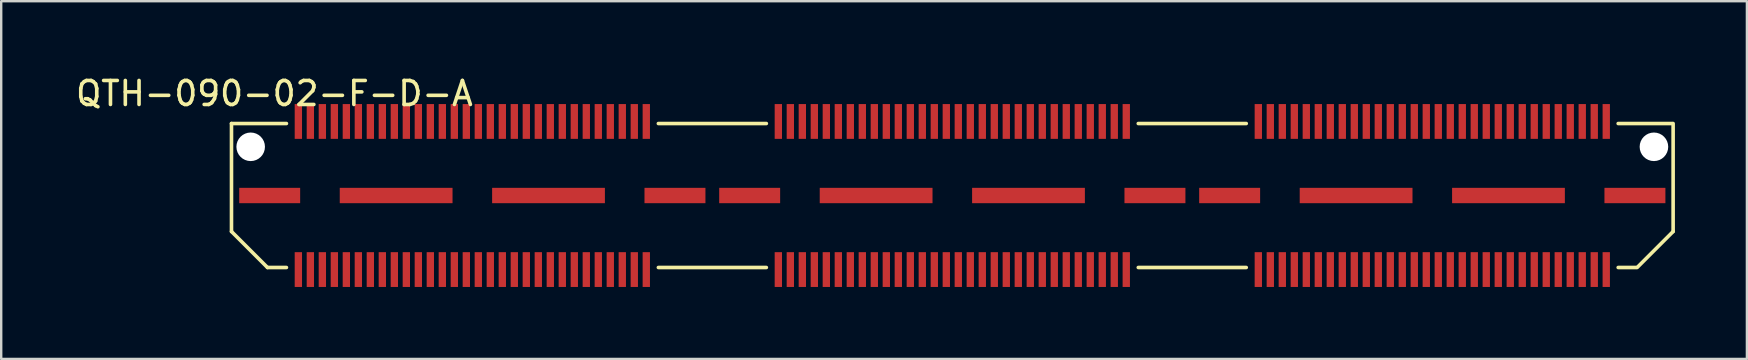
<source format=kicad_pcb>
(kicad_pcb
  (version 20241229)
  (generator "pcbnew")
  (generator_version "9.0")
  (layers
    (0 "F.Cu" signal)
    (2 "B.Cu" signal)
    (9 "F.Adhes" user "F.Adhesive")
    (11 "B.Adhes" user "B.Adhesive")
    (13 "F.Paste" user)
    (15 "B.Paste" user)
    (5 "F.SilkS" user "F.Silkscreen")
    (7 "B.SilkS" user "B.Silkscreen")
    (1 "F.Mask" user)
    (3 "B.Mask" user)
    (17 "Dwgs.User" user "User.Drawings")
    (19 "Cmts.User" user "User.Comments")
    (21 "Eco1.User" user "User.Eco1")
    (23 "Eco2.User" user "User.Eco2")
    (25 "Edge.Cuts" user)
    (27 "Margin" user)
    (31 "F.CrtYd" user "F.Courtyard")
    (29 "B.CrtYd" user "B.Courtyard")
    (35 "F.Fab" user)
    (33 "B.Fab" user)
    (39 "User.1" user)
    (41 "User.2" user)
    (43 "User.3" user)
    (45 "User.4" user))
  (footprint "QTH-090-02-F-D-A"
    (layer "F.Cu")
    (at 36.637 5.098)
    (property "Reference" "QTH-090-02-F-D-A" (at -28.25 -4.25 0) (layer "F.SilkS") (effects (font (size 1 1) (thickness 0.15))))
    (attr through_hole)
    (fp_line (start -30.04 -3) (end -30.04 1.5) (stroke (width 0.15) (type solid)) (layer "F.SilkS"))
    (fp_line (start -30.04 -3) (end -27.75 -3) (stroke (width 0.15) (type solid)) (layer "F.SilkS"))
    (fp_line (start -30.04 1.5) (end -28.54 3) (stroke (width 0.15) (type solid)) (layer "F.SilkS"))
    (fp_line (start -28.54 3) (end -27.75 3) (stroke (width 0.15) (type solid)) (layer "F.SilkS"))
    (fp_line (start -12.25 3) (end -7.75 3) (stroke (width 0.15) (type solid)) (layer "F.SilkS"))
    (fp_line (start -7.75 -3) (end -12.25 -3) (stroke (width 0.15) (type solid)) (layer "F.SilkS"))
    (fp_line (start 7.75 3) (end 12.25 3) (stroke (width 0.15) (type solid)) (layer "F.SilkS"))
    (fp_line (start 12.25 -3) (end 7.75 -3) (stroke (width 0.15) (type solid)) (layer "F.SilkS"))
    (fp_line (start 28.5 3) (end 27.75 3) (stroke (width 0.15) (type solid)) (layer "F.SilkS"))
    (fp_line (start 30 -3) (end 27.75 -3) (stroke (width 0.15) (type solid)) (layer "F.SilkS"))
    (fp_line (start 30.04 -3) (end 30.04 1.5) (stroke (width 0.15) (type solid)) (layer "F.SilkS"))
    (fp_line (start 30.04 1.5) (end 28.54 3) (stroke (width 0.15) (type solid)) (layer "F.SilkS"))
    (pad "" np_thru_hole circle (at -29.24 -2.03) (size 1.19 1.19) (drill 1.19) (layers "*.Cu" "*.Mask"))
    (pad "" np_thru_hole circle (at 29.24 -2.03) (size 1.19 1.19) (drill 1.19) (layers "*.Cu" "*.Mask"))
    (pad "1" smd rect (at -27.253 -3.086) (size 0.305 1.45) (layers "F.Cu" "F.Mask" "F.Paste"))
    (pad "2" smd rect (at -27.253 3.086) (size 0.305 1.45) (layers "F.Cu" "F.Mask" "F.Paste"))
    (pad "3" smd rect (at -26.753 -3.086) (size 0.305 1.45) (layers "F.Cu" "F.Mask" "F.Paste"))
    (pad "4" smd rect (at -26.753 3.086) (size 0.305 1.45) (layers "F.Cu" "F.Mask" "F.Paste"))
    (pad "5" smd rect (at -26.253 -3.086) (size 0.305 1.45) (layers "F.Cu" "F.Mask" "F.Paste"))
    (pad "6" smd rect (at -26.253 3.086) (size 0.305 1.45) (layers "F.Cu" "F.Mask" "F.Paste"))
    (pad "7" smd rect (at -25.753 -3.086) (size 0.305 1.45) (layers "F.Cu" "F.Mask" "F.Paste"))
    (pad "8" smd rect (at -25.753 3.086) (size 0.305 1.45) (layers "F.Cu" "F.Mask" "F.Paste"))
    (pad "9" smd rect (at -25.253 -3.086) (size 0.305 1.45) (layers "F.Cu" "F.Mask" "F.Paste"))
    (pad "10" smd rect (at -25.253 3.086) (size 0.305 1.45) (layers "F.Cu" "F.Mask" "F.Paste"))
    (pad "11" smd rect (at -24.753 -3.086) (size 0.305 1.45) (layers "F.Cu" "F.Mask" "F.Paste"))
    (pad "12" smd rect (at -24.753 3.086) (size 0.305 1.45) (layers "F.Cu" "F.Mask" "F.Paste"))
    (pad "13" smd rect (at -24.253 -3.086) (size 0.305 1.45) (layers "F.Cu" "F.Mask" "F.Paste"))
    (pad "14" smd rect (at -24.253 3.086) (size 0.305 1.45) (layers "F.Cu" "F.Mask" "F.Paste"))
    (pad "15" smd rect (at -23.753 -3.086) (size 0.305 1.45) (layers "F.Cu" "F.Mask" "F.Paste"))
    (pad "16" smd rect (at -23.753 3.086) (size 0.305 1.45) (layers "F.Cu" "F.Mask" "F.Paste"))
    (pad "17" smd rect (at -23.253 -3.086) (size 0.305 1.45) (layers "F.Cu" "F.Mask" "F.Paste"))
    (pad "18" smd rect (at -23.253 3.086) (size 0.305 1.45) (layers "F.Cu" "F.Mask" "F.Paste"))
    (pad "19" smd rect (at -22.753 -3.086) (size 0.305 1.45) (layers "F.Cu" "F.Mask" "F.Paste"))
    (pad "20" smd rect (at -22.753 3.086) (size 0.305 1.45) (layers "F.Cu" "F.Mask" "F.Paste"))
    (pad "21" smd rect (at -22.253 -3.086) (size 0.305 1.45) (layers "F.Cu" "F.Mask" "F.Paste"))
    (pad "22" smd rect (at -22.253 3.086) (size 0.305 1.45) (layers "F.Cu" "F.Mask" "F.Paste"))
    (pad "23" smd rect (at -21.753 -3.086) (size 0.305 1.45) (layers "F.Cu" "F.Mask" "F.Paste"))
    (pad "24" smd rect (at -21.753 3.086) (size 0.305 1.45) (layers "F.Cu" "F.Mask" "F.Paste"))
    (pad "25" smd rect (at -21.253 -3.086) (size 0.305 1.45) (layers "F.Cu" "F.Mask" "F.Paste"))
    (pad "26" smd rect (at -21.253 3.086) (size 0.305 1.45) (layers "F.Cu" "F.Mask" "F.Paste"))
    (pad "27" smd rect (at -20.753 -3.086) (size 0.305 1.45) (layers "F.Cu" "F.Mask" "F.Paste"))
    (pad "28" smd rect (at -20.753 3.086) (size 0.305 1.45) (layers "F.Cu" "F.Mask" "F.Paste"))
    (pad "29" smd rect (at -20.253 -3.086) (size 0.305 1.45) (layers "F.Cu" "F.Mask" "F.Paste"))
    (pad "30" smd rect (at -20.253 3.086) (size 0.305 1.45) (layers "F.Cu" "F.Mask" "F.Paste"))
    (pad "31" smd rect (at -19.753 -3.086) (size 0.305 1.45) (layers "F.Cu" "F.Mask" "F.Paste"))
    (pad "32" smd rect (at -19.753 3.086) (size 0.305 1.45) (layers "F.Cu" "F.Mask" "F.Paste"))
    (pad "33" smd rect (at -19.253 -3.086) (size 0.305 1.45) (layers "F.Cu" "F.Mask" "F.Paste"))
    (pad "34" smd rect (at -19.253 3.086) (size 0.305 1.45) (layers "F.Cu" "F.Mask" "F.Paste"))
    (pad "35" smd rect (at -18.753 -3.086) (size 0.305 1.45) (layers "F.Cu" "F.Mask" "F.Paste"))
    (pad "36" smd rect (at -18.753 3.086) (size 0.305 1.45) (layers "F.Cu" "F.Mask" "F.Paste"))
    (pad "37" smd rect (at -18.253 -3.086) (size 0.305 1.45) (layers "F.Cu" "F.Mask" "F.Paste"))
    (pad "38" smd rect (at -18.253 3.086) (size 0.305 1.45) (layers "F.Cu" "F.Mask" "F.Paste"))
    (pad "39" smd rect (at -17.753 -3.086) (size 0.305 1.45) (layers "F.Cu" "F.Mask" "F.Paste"))
    (pad "40" smd rect (at -17.753 3.086) (size 0.305 1.45) (layers "F.Cu" "F.Mask" "F.Paste"))
    (pad "41" smd rect (at -17.253 -3.086) (size 0.305 1.45) (layers "F.Cu" "F.Mask" "F.Paste"))
    (pad "42" smd rect (at -17.253 3.086) (size 0.305 1.45) (layers "F.Cu" "F.Mask" "F.Paste"))
    (pad "43" smd rect (at -16.753 -3.086) (size 0.305 1.45) (layers "F.Cu" "F.Mask" "F.Paste"))
    (pad "44" smd rect (at -16.753 3.086) (size 0.305 1.45) (layers "F.Cu" "F.Mask" "F.Paste"))
    (pad "45" smd rect (at -16.253 -3.086) (size 0.305 1.45) (layers "F.Cu" "F.Mask" "F.Paste"))
    (pad "46" smd rect (at -16.253 3.086) (size 0.305 1.45) (layers "F.Cu" "F.Mask" "F.Paste"))
    (pad "47" smd rect (at -15.753 -3.086) (size 0.305 1.45) (layers "F.Cu" "F.Mask" "F.Paste"))
    (pad "48" smd rect (at -15.753 3.086) (size 0.305 1.45) (layers "F.Cu" "F.Mask" "F.Paste"))
    (pad "49" smd rect (at -15.253 -3.086) (size 0.305 1.45) (layers "F.Cu" "F.Mask" "F.Paste"))
    (pad "50" smd rect (at -15.253 3.086) (size 0.305 1.45) (layers "F.Cu" "F.Mask" "F.Paste"))
    (pad "51" smd rect (at -14.753 -3.086) (size 0.305 1.45) (layers "F.Cu" "F.Mask" "F.Paste"))
    (pad "52" smd rect (at -14.753 3.086) (size 0.305 1.45) (layers "F.Cu" "F.Mask" "F.Paste"))
    (pad "53" smd rect (at -14.253 -3.086) (size 0.305 1.45) (layers "F.Cu" "F.Mask" "F.Paste"))
    (pad "54" smd rect (at -14.253 3.086) (size 0.305 1.45) (layers "F.Cu" "F.Mask" "F.Paste"))
    (pad "55" smd rect (at -13.753 -3.086) (size 0.305 1.45) (layers "F.Cu" "F.Mask" "F.Paste"))
    (pad "56" smd rect (at -13.753 3.086) (size 0.305 1.45) (layers "F.Cu" "F.Mask" "F.Paste"))
    (pad "57" smd rect (at -13.253 -3.086) (size 0.305 1.45) (layers "F.Cu" "F.Mask" "F.Paste"))
    (pad "58" smd rect (at -13.253 3.086) (size 0.305 1.45) (layers "F.Cu" "F.Mask" "F.Paste"))
    (pad "59" smd rect (at -12.753 -3.086) (size 0.305 1.45) (layers "F.Cu" "F.Mask" "F.Paste"))
    (pad "60" smd rect (at -12.753 3.086) (size 0.305 1.45) (layers "F.Cu" "F.Mask" "F.Paste"))
    (pad "61" smd rect (at -7.25 -3.086) (size 0.305 1.45) (layers "F.Cu" "F.Mask" "F.Paste"))
    (pad "62" smd rect (at -7.25 3.086) (size 0.305 1.45) (layers "F.Cu" "F.Mask" "F.Paste"))
    (pad "63" smd rect (at -6.75 -3.086) (size 0.305 1.45) (layers "F.Cu" "F.Mask" "F.Paste"))
    (pad "64" smd rect (at -6.75 3.086) (size 0.305 1.45) (layers "F.Cu" "F.Mask" "F.Paste"))
    (pad "65" smd rect (at -6.25 -3.086) (size 0.305 1.45) (layers "F.Cu" "F.Mask" "F.Paste"))
    (pad "66" smd rect (at -6.25 3.086) (size 0.305 1.45) (layers "F.Cu" "F.Mask" "F.Paste"))
    (pad "67" smd rect (at -5.75 -3.086) (size 0.305 1.45) (layers "F.Cu" "F.Mask" "F.Paste"))
    (pad "68" smd rect (at -5.75 3.086) (size 0.305 1.45) (layers "F.Cu" "F.Mask" "F.Paste"))
    (pad "69" smd rect (at -5.25 -3.086) (size 0.305 1.45) (layers "F.Cu" "F.Mask" "F.Paste"))
    (pad "70" smd rect (at -5.25 3.086) (size 0.305 1.45) (layers "F.Cu" "F.Mask" "F.Paste"))
    (pad "71" smd rect (at -4.75 -3.086) (size 0.305 1.45) (layers "F.Cu" "F.Mask" "F.Paste"))
    (pad "72" smd rect (at -4.75 3.086) (size 0.305 1.45) (layers "F.Cu" "F.Mask" "F.Paste"))
    (pad "73" smd rect (at -4.25 -3.086) (size 0.305 1.45) (layers "F.Cu" "F.Mask" "F.Paste"))
    (pad "74" smd rect (at -4.25 3.086) (size 0.305 1.45) (layers "F.Cu" "F.Mask" "F.Paste"))
    (pad "75" smd rect (at -3.75 -3.086) (size 0.305 1.45) (layers "F.Cu" "F.Mask" "F.Paste"))
    (pad "76" smd rect (at -3.75 3.086) (size 0.305 1.45) (layers "F.Cu" "F.Mask" "F.Paste"))
    (pad "77" smd rect (at -3.25 -3.086) (size 0.305 1.45) (layers "F.Cu" "F.Mask" "F.Paste"))
    (pad "78" smd rect (at -3.25 3.086) (size 0.305 1.45) (layers "F.Cu" "F.Mask" "F.Paste"))
    (pad "79" smd rect (at -2.75 -3.086) (size 0.305 1.45) (layers "F.Cu" "F.Mask" "F.Paste"))
    (pad "80" smd rect (at -2.75 3.086) (size 0.305 1.45) (layers "F.Cu" "F.Mask" "F.Paste"))
    (pad "81" smd rect (at -2.25 -3.086) (size 0.305 1.45) (layers "F.Cu" "F.Mask" "F.Paste"))
    (pad "82" smd rect (at -2.25 3.086) (size 0.305 1.45) (layers "F.Cu" "F.Mask" "F.Paste"))
    (pad "83" smd rect (at -1.75 -3.086) (size 0.305 1.45) (layers "F.Cu" "F.Mask" "F.Paste"))
    (pad "84" smd rect (at -1.75 3.086) (size 0.305 1.45) (layers "F.Cu" "F.Mask" "F.Paste"))
    (pad "85" smd rect (at -1.25 -3.086) (size 0.305 1.45) (layers "F.Cu" "F.Mask" "F.Paste"))
    (pad "86" smd rect (at -1.25 3.086) (size 0.305 1.45) (layers "F.Cu" "F.Mask" "F.Paste"))
    (pad "87" smd rect (at -0.75 -3.086) (size 0.305 1.45) (layers "F.Cu" "F.Mask" "F.Paste"))
    (pad "88" smd rect (at -0.75 3.086) (size 0.305 1.45) (layers "F.Cu" "F.Mask" "F.Paste"))
    (pad "89" smd rect (at -0.25 -3.086) (size 0.305 1.45) (layers "F.Cu" "F.Mask" "F.Paste"))
    (pad "90" smd rect (at -0.25 3.086) (size 0.305 1.45) (layers "F.Cu" "F.Mask" "F.Paste"))
    (pad "91" smd rect (at 0.25 -3.086) (size 0.305 1.45) (layers "F.Cu" "F.Mask" "F.Paste"))
    (pad "92" smd rect (at 0.25 3.086) (size 0.305 1.45) (layers "F.Cu" "F.Mask" "F.Paste"))
    (pad "93" smd rect (at 0.75 -3.086) (size 0.305 1.45) (layers "F.Cu" "F.Mask" "F.Paste"))
    (pad "94" smd rect (at 0.75 3.086) (size 0.305 1.45) (layers "F.Cu" "F.Mask" "F.Paste"))
    (pad "95" smd rect (at 1.25 -3.086) (size 0.305 1.45) (layers "F.Cu" "F.Mask" "F.Paste"))
    (pad "96" smd rect (at 1.25 3.086) (size 0.305 1.45) (layers "F.Cu" "F.Mask" "F.Paste"))
    (pad "97" smd rect (at 1.75 -3.086) (size 0.305 1.45) (layers "F.Cu" "F.Mask" "F.Paste"))
    (pad "98" smd rect (at 1.75 3.086) (size 0.305 1.45) (layers "F.Cu" "F.Mask" "F.Paste"))
    (pad "99" smd rect (at 2.25 -3.086) (size 0.305 1.45) (layers "F.Cu" "F.Mask" "F.Paste"))
    (pad "100" smd rect (at 2.25 3.086) (size 0.305 1.45) (layers "F.Cu" "F.Mask" "F.Paste"))
    (pad "101" smd rect (at 2.75 -3.086) (size 0.305 1.45) (layers "F.Cu" "F.Mask" "F.Paste"))
    (pad "102" smd rect (at 2.75 3.086) (size 0.305 1.45) (layers "F.Cu" "F.Mask" "F.Paste"))
    (pad "103" smd rect (at 3.25 -3.086) (size 0.305 1.45) (layers "F.Cu" "F.Mask" "F.Paste"))
    (pad "104" smd rect (at 3.25 3.086) (size 0.305 1.45) (layers "F.Cu" "F.Mask" "F.Paste"))
    (pad "105" smd rect (at 3.75 -3.086) (size 0.305 1.45) (layers "F.Cu" "F.Mask" "F.Paste"))
    (pad "106" smd rect (at 3.75 3.086) (size 0.305 1.45) (layers "F.Cu" "F.Mask" "F.Paste"))
    (pad "107" smd rect (at 4.25 -3.086) (size 0.305 1.45) (layers "F.Cu" "F.Mask" "F.Paste"))
    (pad "108" smd rect (at 4.25 3.086) (size 0.305 1.45) (layers "F.Cu" "F.Mask" "F.Paste"))
    (pad "109" smd rect (at 4.75 -3.086) (size 0.305 1.45) (layers "F.Cu" "F.Mask" "F.Paste"))
    (pad "110" smd rect (at 4.75 3.086) (size 0.305 1.45) (layers "F.Cu" "F.Mask" "F.Paste"))
    (pad "111" smd rect (at 5.25 -3.086) (size 0.305 1.45) (layers "F.Cu" "F.Mask" "F.Paste"))
    (pad "112" smd rect (at 5.25 3.086) (size 0.305 1.45) (layers "F.Cu" "F.Mask" "F.Paste"))
    (pad "113" smd rect (at 5.75 -3.086) (size 0.305 1.45) (layers "F.Cu" "F.Mask" "F.Paste"))
    (pad "114" smd rect (at 5.75 3.086) (size 0.305 1.45) (layers "F.Cu" "F.Mask" "F.Paste"))
    (pad "115" smd rect (at 6.25 -3.086) (size 0.305 1.45) (layers "F.Cu" "F.Mask" "F.Paste"))
    (pad "116" smd rect (at 6.25 3.086) (size 0.305 1.45) (layers "F.Cu" "F.Mask" "F.Paste"))
    (pad "117" smd rect (at 6.75 -3.086) (size 0.305 1.45) (layers "F.Cu" "F.Mask" "F.Paste"))
    (pad "118" smd rect (at 6.75 3.086) (size 0.305 1.45) (layers "F.Cu" "F.Mask" "F.Paste"))
    (pad "119" smd rect (at 7.25 -3.086) (size 0.305 1.45) (layers "F.Cu" "F.Mask" "F.Paste"))
    (pad "120" smd rect (at 7.25 3.086) (size 0.305 1.45) (layers "F.Cu" "F.Mask" "F.Paste"))
    (pad "121" smd rect (at 12.753 -3.086) (size 0.305 1.45) (layers "F.Cu" "F.Mask" "F.Paste"))
    (pad "122" smd rect (at 12.753 3.086) (size 0.305 1.45) (layers "F.Cu" "F.Mask" "F.Paste"))
    (pad "123" smd rect (at 13.253 -3.086) (size 0.305 1.45) (layers "F.Cu" "F.Mask" "F.Paste"))
    (pad "124" smd rect (at 13.253 3.086) (size 0.305 1.45) (layers "F.Cu" "F.Mask" "F.Paste"))
    (pad "125" smd rect (at 13.753 -3.086) (size 0.305 1.45) (layers "F.Cu" "F.Mask" "F.Paste"))
    (pad "126" smd rect (at 13.753 3.086) (size 0.305 1.45) (layers "F.Cu" "F.Mask" "F.Paste"))
    (pad "127" smd rect (at 14.253 -3.086) (size 0.305 1.45) (layers "F.Cu" "F.Mask" "F.Paste"))
    (pad "128" smd rect (at 14.253 3.086) (size 0.305 1.45) (layers "F.Cu" "F.Mask" "F.Paste"))
    (pad "129" smd rect (at 14.753 -3.086) (size 0.305 1.45) (layers "F.Cu" "F.Mask" "F.Paste"))
    (pad "130" smd rect (at 14.753 3.086) (size 0.305 1.45) (layers "F.Cu" "F.Mask" "F.Paste"))
    (pad "131" smd rect (at 15.253 -3.086) (size 0.305 1.45) (layers "F.Cu" "F.Mask" "F.Paste"))
    (pad "132" smd rect (at 15.253 3.086) (size 0.305 1.45) (layers "F.Cu" "F.Mask" "F.Paste"))
    (pad "133" smd rect (at 15.753 -3.086) (size 0.305 1.45) (layers "F.Cu" "F.Mask" "F.Paste"))
    (pad "134" smd rect (at 15.753 3.086) (size 0.305 1.45) (layers "F.Cu" "F.Mask" "F.Paste"))
    (pad "135" smd rect (at 16.253 -3.086) (size 0.305 1.45) (layers "F.Cu" "F.Mask" "F.Paste"))
    (pad "136" smd rect (at 16.253 3.086) (size 0.305 1.45) (layers "F.Cu" "F.Mask" "F.Paste"))
    (pad "137" smd rect (at 16.753 -3.086) (size 0.305 1.45) (layers "F.Cu" "F.Mask" "F.Paste"))
    (pad "138" smd rect (at 16.753 3.086) (size 0.305 1.45) (layers "F.Cu" "F.Mask" "F.Paste"))
    (pad "139" smd rect (at 17.253 -3.086) (size 0.305 1.45) (layers "F.Cu" "F.Mask" "F.Paste"))
    (pad "140" smd rect (at 17.253 3.086) (size 0.305 1.45) (layers "F.Cu" "F.Mask" "F.Paste"))
    (pad "141" smd rect (at 17.753 -3.086) (size 0.305 1.45) (layers "F.Cu" "F.Mask" "F.Paste"))
    (pad "142" smd rect (at 17.753 3.086) (size 0.305 1.45) (layers "F.Cu" "F.Mask" "F.Paste"))
    (pad "143" smd rect (at 18.253 -3.086) (size 0.305 1.45) (layers "F.Cu" "F.Mask" "F.Paste"))
    (pad "144" smd rect (at 18.253 3.086) (size 0.305 1.45) (layers "F.Cu" "F.Mask" "F.Paste"))
    (pad "145" smd rect (at 18.753 -3.086) (size 0.305 1.45) (layers "F.Cu" "F.Mask" "F.Paste"))
    (pad "146" smd rect (at 18.753 3.086) (size 0.305 1.45) (layers "F.Cu" "F.Mask" "F.Paste"))
    (pad "147" smd rect (at 19.253 -3.086) (size 0.305 1.45) (layers "F.Cu" "F.Mask" "F.Paste"))
    (pad "148" smd rect (at 19.253 3.086) (size 0.305 1.45) (layers "F.Cu" "F.Mask" "F.Paste"))
    (pad "149" smd rect (at 19.753 -3.086) (size 0.305 1.45) (layers "F.Cu" "F.Mask" "F.Paste"))
    (pad "150" smd rect (at 19.753 3.086) (size 0.305 1.45) (layers "F.Cu" "F.Mask" "F.Paste"))
    (pad "151" smd rect (at 20.253 -3.086) (size 0.305 1.45) (layers "F.Cu" "F.Mask" "F.Paste"))
    (pad "152" smd rect (at 20.253 3.086) (size 0.305 1.45) (layers "F.Cu" "F.Mask" "F.Paste"))
    (pad "153" smd rect (at 20.753 -3.086) (size 0.305 1.45) (layers "F.Cu" "F.Mask" "F.Paste"))
    (pad "154" smd rect (at 20.753 3.086) (size 0.305 1.45) (layers "F.Cu" "F.Mask" "F.Paste"))
    (pad "155" smd rect (at 21.253 -3.086) (size 0.305 1.45) (layers "F.Cu" "F.Mask" "F.Paste"))
    (pad "156" smd rect (at 21.253 3.086) (size 0.305 1.45) (layers "F.Cu" "F.Mask" "F.Paste"))
    (pad "157" smd rect (at 21.753 -3.086) (size 0.305 1.45) (layers "F.Cu" "F.Mask" "F.Paste"))
    (pad "158" smd rect (at 21.753 3.086) (size 0.305 1.45) (layers "F.Cu" "F.Mask" "F.Paste"))
    (pad "159" smd rect (at 22.253 -3.086) (size 0.305 1.45) (layers "F.Cu" "F.Mask" "F.Paste"))
    (pad "160" smd rect (at 22.253 3.086) (size 0.305 1.45) (layers "F.Cu" "F.Mask" "F.Paste"))
    (pad "161" smd rect (at 22.753 -3.086) (size 0.305 1.45) (layers "F.Cu" "F.Mask" "F.Paste"))
    (pad "162" smd rect (at 22.753 3.086) (size 0.305 1.45) (layers "F.Cu" "F.Mask" "F.Paste"))
    (pad "163" smd rect (at 23.253 -3.086) (size 0.305 1.45) (layers "F.Cu" "F.Mask" "F.Paste"))
    (pad "164" smd rect (at 23.253 3.086) (size 0.305 1.45) (layers "F.Cu" "F.Mask" "F.Paste"))
    (pad "165" smd rect (at 23.753 -3.086) (size 0.305 1.45) (layers "F.Cu" "F.Mask" "F.Paste"))
    (pad "166" smd rect (at 23.753 3.086) (size 0.305 1.45) (layers "F.Cu" "F.Mask" "F.Paste"))
    (pad "167" smd rect (at 24.253 -3.086) (size 0.305 1.45) (layers "F.Cu" "F.Mask" "F.Paste"))
    (pad "168" smd rect (at 24.253 3.086) (size 0.305 1.45) (layers "F.Cu" "F.Mask" "F.Paste"))
    (pad "169" smd rect (at 24.753 -3.086) (size 0.305 1.45) (layers "F.Cu" "F.Mask" "F.Paste"))
    (pad "170" smd rect (at 24.753 3.086) (size 0.305 1.45) (layers "F.Cu" "F.Mask" "F.Paste"))
    (pad "171" smd rect (at 25.253 -3.086) (size 0.305 1.45) (layers "F.Cu" "F.Mask" "F.Paste"))
    (pad "172" smd rect (at 25.253 3.086) (size 0.305 1.45) (layers "F.Cu" "F.Mask" "F.Paste"))
    (pad "173" smd rect (at 25.753 -3.086) (size 0.305 1.45) (layers "F.Cu" "F.Mask" "F.Paste"))
    (pad "174" smd rect (at 25.753 3.086) (size 0.305 1.45) (layers "F.Cu" "F.Mask" "F.Paste"))
    (pad "175" smd rect (at 26.253 -3.086) (size 0.305 1.45) (layers "F.Cu" "F.Mask" "F.Paste"))
    (pad "176" smd rect (at 26.253 3.086) (size 0.305 1.45) (layers "F.Cu" "F.Mask" "F.Paste"))
    (pad "177" smd rect (at 26.753 -3.086) (size 0.305 1.45) (layers "F.Cu" "F.Mask" "F.Paste"))
    (pad "178" smd rect (at 26.753 3.086) (size 0.305 1.45) (layers "F.Cu" "F.Mask" "F.Paste"))
    (pad "179" smd rect (at 27.253 -3.086) (size 0.305 1.45) (layers "F.Cu" "F.Mask" "F.Paste"))
    (pad "180" smd rect (at 27.253 3.086) (size 0.305 1.45) (layers "F.Cu" "F.Mask" "F.Paste"))
    (pad "181" smd rect (at -28.448 0) (size 2.54 0.64) (layers "F.Cu" "F.Mask" "F.Paste"))
    (pad "182" smd rect (at -23.178 0) (size 4.7 0.64) (layers "F.Cu" "F.Mask" "F.Paste"))
    (pad "183" smd rect (at -16.828 0) (size 4.7 0.64) (layers "F.Cu" "F.Mask" "F.Paste"))
    (pad "184" smd rect (at -11.558 0) (size 2.54 0.64) (layers "F.Cu" "F.Mask" "F.Paste"))
    (pad "185" smd rect (at -8.445 0) (size 2.54 0.64) (layers "F.Cu" "F.Mask" "F.Paste"))
    (pad "186" smd rect (at -3.175 0) (size 4.7 0.64) (layers "F.Cu" "F.Mask" "F.Paste"))
    (pad "187" smd rect (at 3.175 0) (size 4.7 0.64) (layers "F.Cu" "F.Mask" "F.Paste"))
    (pad "188" smd rect (at 8.445 0) (size 2.54 0.64) (layers "F.Cu" "F.Mask" "F.Paste"))
    (pad "189" smd rect (at 11.558 0) (size 2.54 0.64) (layers "F.Cu" "F.Mask" "F.Paste"))
    (pad "190" smd rect (at 16.828 0) (size 4.7 0.64) (layers "F.Cu" "F.Mask" "F.Paste"))
    (pad "191" smd rect (at 23.178 0) (size 4.7 0.64) (layers "F.Cu" "F.Mask" "F.Paste"))
    (pad "192" smd rect (at 28.448 0) (size 2.54 0.64) (layers "F.Cu" "F.Mask" "F.Paste")))
  (gr_rect
    (start -3 -3)
    (end 69.752 11.909)
    (stroke (width 0.1) (type default))
    (fill no)
    (layer "Edge.Cuts")))
</source>
